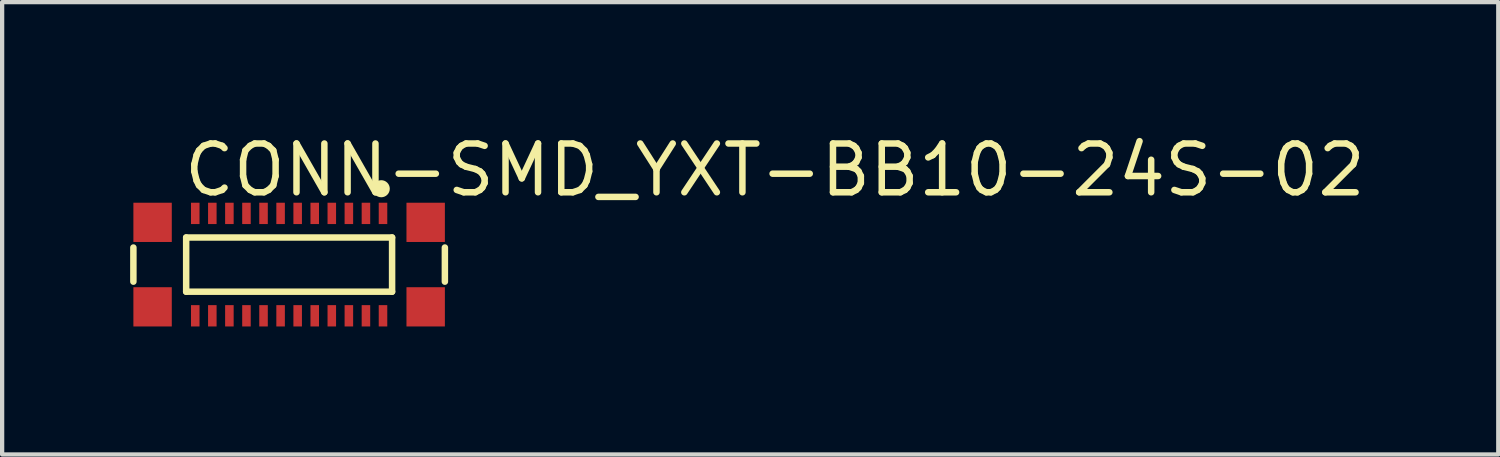
<source format=kicad_pcb>
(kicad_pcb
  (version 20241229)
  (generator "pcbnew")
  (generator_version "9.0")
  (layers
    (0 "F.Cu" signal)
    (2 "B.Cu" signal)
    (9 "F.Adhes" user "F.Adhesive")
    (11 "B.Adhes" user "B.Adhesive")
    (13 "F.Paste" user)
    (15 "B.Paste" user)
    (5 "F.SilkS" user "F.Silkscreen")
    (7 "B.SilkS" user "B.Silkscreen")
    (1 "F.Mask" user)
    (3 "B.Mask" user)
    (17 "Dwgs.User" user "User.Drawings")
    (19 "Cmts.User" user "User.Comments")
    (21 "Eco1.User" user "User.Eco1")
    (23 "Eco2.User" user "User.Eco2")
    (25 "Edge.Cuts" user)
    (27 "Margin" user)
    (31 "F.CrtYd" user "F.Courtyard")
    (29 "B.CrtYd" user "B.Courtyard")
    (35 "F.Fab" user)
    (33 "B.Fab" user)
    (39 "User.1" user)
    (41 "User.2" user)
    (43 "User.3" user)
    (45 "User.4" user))
  (footprint "CONN-SMD_YXT-BB10-24S-02"
    (layer "F.Cu")
    (at 3.726 3.151)
    (property "Reference" "CONN-SMD_YXT-BB10-24S-02" (at -2.54 -2.216 0) (layer "F.SilkS") (effects (font (size 1.143 1.143) (thickness 0.152)) (justify left)))
    (attr smd)
    (fp_line (start -3.65 -0.4) (end -3.65 0.4) (stroke (width 0.152) (type solid)) (layer "F.SilkS"))
    (fp_line (start -2.413 -0.635) (end 2.413 -0.635) (stroke (width 0.152) (type solid)) (layer "F.SilkS"))
    (fp_line (start -2.413 0.635) (end -2.413 -0.635) (stroke (width 0.152) (type solid)) (layer "F.SilkS"))
    (fp_line (start 2.413 -0.635) (end 2.413 0.635) (stroke (width 0.152) (type solid)) (layer "F.SilkS"))
    (fp_line (start 2.413 0.635) (end -2.413 0.635) (stroke (width 0.152) (type solid)) (layer "F.SilkS"))
    (fp_line (start 3.65 -0.4) (end 3.65 0.4) (stroke (width 0.152) (type solid)) (layer "F.SilkS"))
    (fp_circle (center 2.159 -1.778) (end 2.259 -1.778) (stroke (width 0.2) (type solid)) (fill no) (layer "F.SilkS"))
    (pad "1" smd rect (at 2.2 -1.2) (size 0.2 0.5) (layers "F.Cu" "F.Mask" "F.Paste"))
    (pad "2" smd rect (at 1.8 -1.2) (size 0.2 0.5) (layers "F.Cu" "F.Mask" "F.Paste"))
    (pad "3" smd rect (at 1.4 -1.2) (size 0.2 0.5) (layers "F.Cu" "F.Mask" "F.Paste"))
    (pad "4" smd rect (at 1 -1.2) (size 0.2 0.5) (layers "F.Cu" "F.Mask" "F.Paste"))
    (pad "5" smd rect (at 0.6 -1.2) (size 0.2 0.5) (layers "F.Cu" "F.Mask" "F.Paste"))
    (pad "6" smd rect (at 0.2 -1.2) (size 0.2 0.5) (layers "F.Cu" "F.Mask" "F.Paste"))
    (pad "7" smd rect (at -0.2 -1.2) (size 0.2 0.5) (layers "F.Cu" "F.Mask" "F.Paste"))
    (pad "8" smd rect (at -0.6 -1.2) (size 0.2 0.5) (layers "F.Cu" "F.Mask" "F.Paste"))
    (pad "9" smd rect (at -1 -1.2) (size 0.2 0.5) (layers "F.Cu" "F.Mask" "F.Paste"))
    (pad "10" smd rect (at -1.4 -1.2) (size 0.2 0.5) (layers "F.Cu" "F.Mask" "F.Paste"))
    (pad "11" smd rect (at -1.8 -1.2) (size 0.2 0.5) (layers "F.Cu" "F.Mask" "F.Paste"))
    (pad "12" smd rect (at -2.2 -1.2) (size 0.2 0.5) (layers "F.Cu" "F.Mask" "F.Paste"))
    (pad "13" smd rect (at -2.2 1.2) (size 0.2 0.5) (layers "F.Cu" "F.Mask" "F.Paste"))
    (pad "14" smd rect (at -1.8 1.2) (size 0.2 0.5) (layers "F.Cu" "F.Mask" "F.Paste"))
    (pad "15" smd rect (at -1.4 1.2) (size 0.2 0.5) (layers "F.Cu" "F.Mask" "F.Paste"))
    (pad "16" smd rect (at -1 1.2) (size 0.2 0.5) (layers "F.Cu" "F.Mask" "F.Paste"))
    (pad "17" smd rect (at -0.6 1.2) (size 0.2 0.5) (layers "F.Cu" "F.Mask" "F.Paste"))
    (pad "18" smd rect (at -0.2 1.2) (size 0.2 0.5) (layers "F.Cu" "F.Mask" "F.Paste"))
    (pad "19" smd rect (at 0.2 1.2) (size 0.2 0.5) (layers "F.Cu" "F.Mask" "F.Paste"))
    (pad "20" smd rect (at 0.6 1.2) (size 0.2 0.5) (layers "F.Cu" "F.Mask" "F.Paste"))
    (pad "21" smd rect (at 1 1.2) (size 0.2 0.5) (layers "F.Cu" "F.Mask" "F.Paste"))
    (pad "22" smd rect (at 1.4 1.2) (size 0.2 0.5) (layers "F.Cu" "F.Mask" "F.Paste"))
    (pad "23" smd rect (at 1.8 1.2) (size 0.2 0.5) (layers "F.Cu" "F.Mask" "F.Paste"))
    (pad "24" smd rect (at 2.2 1.2) (size 0.2 0.5) (layers "F.Cu" "F.Mask" "F.Paste"))
    (pad "25" smd rect (at -3.2 -0.99) (size 0.9 0.92) (layers "F.Cu" "F.Mask" "F.Paste"))
    (pad "26" smd rect (at -3.2 0.99) (size 0.9 0.92) (layers "F.Cu" "F.Mask" "F.Paste"))
    (pad "27" smd rect (at 3.2 0.99) (size 0.9 0.92) (layers "F.Cu" "F.Mask" "F.Paste"))
    (pad "28" smd rect (at 3.2 -0.99) (size 0.9 0.92) (layers "F.Cu" "F.Mask" "F.Paste")))
  (gr_rect
    (start -3 -3)
    (end 32.063 7.601)
    (stroke (width 0.1) (type default))
    (fill no)
    (layer "Edge.Cuts")))
</source>
